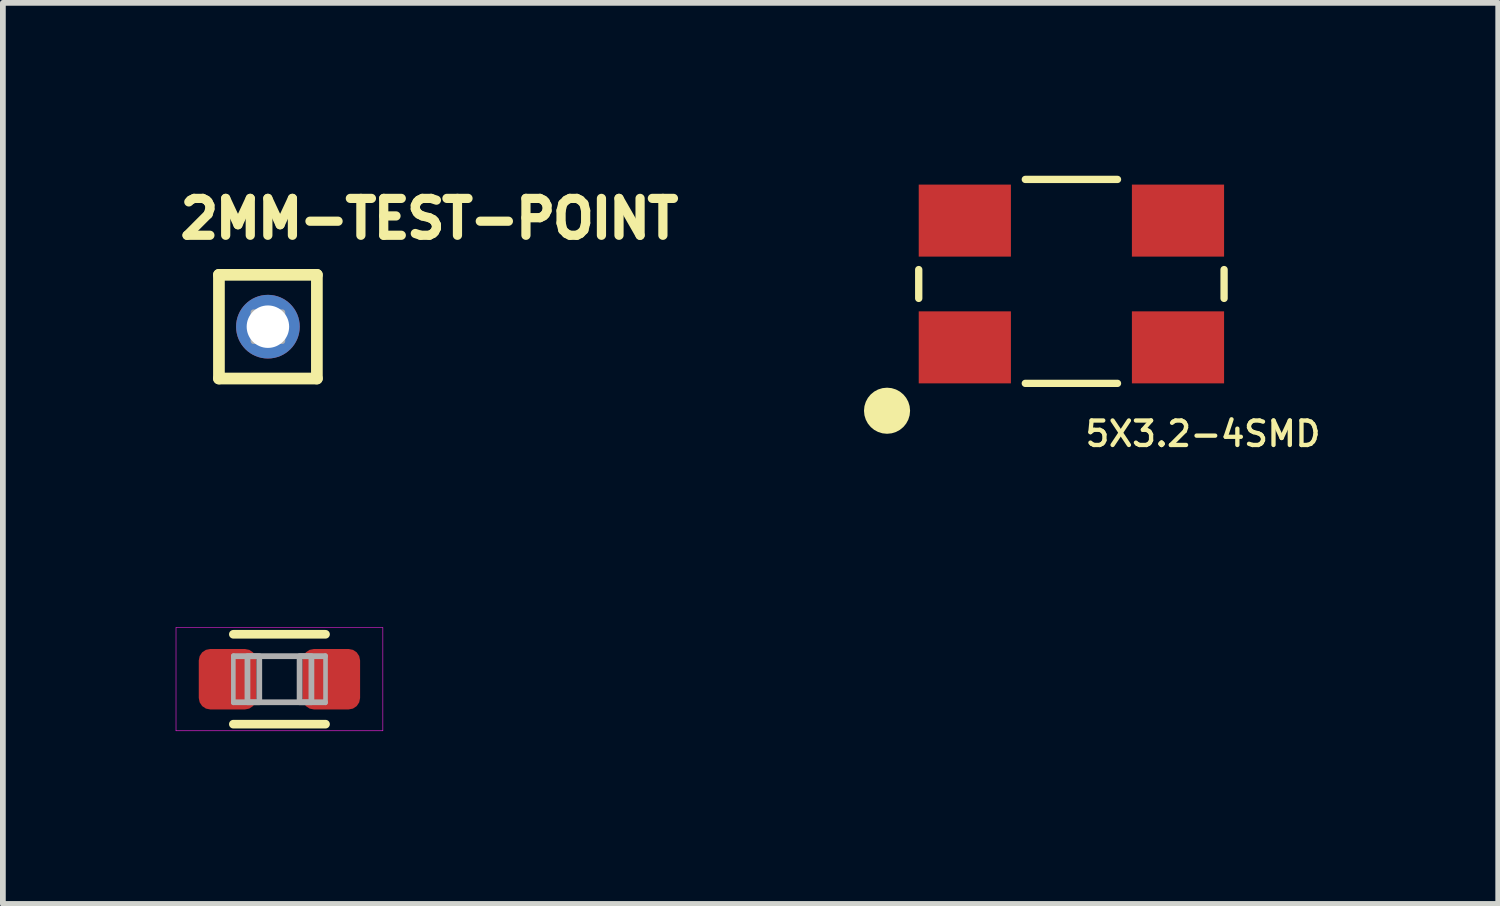
<source format=kicad_pcb>
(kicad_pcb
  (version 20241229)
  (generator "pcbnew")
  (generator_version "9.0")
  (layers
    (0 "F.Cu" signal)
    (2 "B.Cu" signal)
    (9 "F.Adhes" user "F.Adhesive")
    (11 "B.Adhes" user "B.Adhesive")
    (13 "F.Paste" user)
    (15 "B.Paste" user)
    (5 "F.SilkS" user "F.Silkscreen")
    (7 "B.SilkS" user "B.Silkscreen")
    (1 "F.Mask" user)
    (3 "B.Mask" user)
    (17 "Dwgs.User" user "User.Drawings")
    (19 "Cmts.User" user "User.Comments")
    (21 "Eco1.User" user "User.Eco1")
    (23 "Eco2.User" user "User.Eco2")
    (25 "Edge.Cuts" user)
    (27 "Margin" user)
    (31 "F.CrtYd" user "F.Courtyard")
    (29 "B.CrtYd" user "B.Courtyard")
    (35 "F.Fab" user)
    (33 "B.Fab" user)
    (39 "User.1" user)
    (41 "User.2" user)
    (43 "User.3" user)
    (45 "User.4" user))
  (footprint ".0603-A"
    (layer "F.Cu")
    (at 1.8 8.739)
    (property "Reference" ".0603-A" (at 0 0 0) (layer "F.Mask") (effects (font (size 0.255 0.255) (thickness 0.045))))
    (fp_line (start -0.8 0.41) (end -0.8 -0.41) (stroke (width 0.08) (type solid)) (layer "F.Mask"))
    (fp_line (start -0.79 -0.4) (end 0.79 -0.4) (stroke (width 0.1) (type solid)) (layer "F.Mask"))
    (fp_line (start 0.79 0.4) (end -0.79 0.4) (stroke (width 0.1) (type solid)) (layer "F.Mask"))
    (fp_line (start 0.8 -0.41) (end 0.8 0.41) (stroke (width 0.08) (type solid)) (layer "F.Mask"))
    (fp_poly (pts (xy -0.34 0.59) (xy -1.46 0.59) (xy -1.46 -0.59) (xy -0.34 -0.59)) (stroke (width 0.1) (type solid)) (fill no) (layer "F.Mask"))
    (fp_poly (pts (xy 1.46 0.59) (xy 0.34 0.59) (xy 0.34 -0.59) (xy 1.46 -0.59)) (stroke (width 0.1) (type solid)) (fill no) (layer "F.Mask"))
    (fp_line (start -0.8 0.78) (end 0.8 0.78) (stroke (width 0.15) (type solid)) (layer "F.SilkS"))
    (fp_line (start 0.8 -0.78) (end -0.8 -0.78) (stroke (width 0.15) (type solid)) (layer "F.SilkS"))
    (fp_line (start -1.795 -0.895) (end -1.795 0.895) (stroke (width 0.01) (type solid)) (layer "F.CrtYd"))
    (fp_line (start -1.795 0.895) (end 1.795 0.895) (stroke (width 0.01) (type solid)) (layer "F.CrtYd"))
    (fp_line (start 1.795 -0.895) (end -1.795 -0.895) (stroke (width 0.01) (type solid)) (layer "F.CrtYd"))
    (fp_line (start 1.795 0.895) (end 1.795 -0.895) (stroke (width 0.01) (type solid)) (layer "F.CrtYd"))
    (fp_line (start -0.8 0.41) (end -0.8 -0.41) (stroke (width 0.08) (type solid)) (layer "F.Fab"))
    (fp_line (start -0.79 -0.4) (end 0.79 -0.4) (stroke (width 0.1) (type solid)) (layer "F.Fab"))
    (fp_line (start 0.79 0.4) (end -0.79 0.4) (stroke (width 0.1) (type solid)) (layer "F.Fab"))
    (fp_line (start 0.8 -0.41) (end 0.8 0.41) (stroke (width 0.08) (type solid)) (layer "F.Fab"))
    (fp_poly (pts (xy -0.555 0.4) (xy -0.35 0.4) (xy -0.35 -0.4) (xy -0.555 -0.4)) (stroke (width 0.1) (type solid)) (fill no) (layer "F.Fab"))
    (fp_poly (pts (xy 0.35 0.4) (xy 0.555 0.4) (xy 0.555 -0.4) (xy 0.35 -0.4)) (stroke (width 0.1) (type solid)) (fill no) (layer "F.Fab"))
    (pad "1" smd roundrect (at -0.9 0) (size 1 1.05) (layers "F.Cu" "F.Paste") (roundrect_rratio 0.2))
    (pad "2" smd roundrect (at 0.9 0) (size 1 1.05) (layers "F.Cu" "F.Paste") (roundrect_rratio 0.2)))
  (footprint "5X3.2-4SMD"
    (layer "F.Cu")
    (at 15.546 1.879)
    (property "Reference" "5X3.2-4SMD" (at 0.2 2.85 0) (layer "F.SilkS") (effects (font (size 0.425 0.425) (thickness 0.075)) (justify left bottom)))
    (fp_line (start -2.65 0.25) (end -2.65 -0.25) (stroke (width 0.127) (type solid)) (layer "F.SilkS"))
    (fp_line (start -0.8 -1.815) (end 0.8 -1.815) (stroke (width 0.127) (type solid)) (layer "F.SilkS"))
    (fp_line (start -0.8 1.725) (end 0.8 1.725) (stroke (width 0.127) (type solid)) (layer "F.SilkS"))
    (fp_line (start 2.65 0.25) (end 2.65 -0.25) (stroke (width 0.127) (type solid)) (layer "F.SilkS"))
    (fp_circle (center -3.2 2.2) (end -3 2.2) (stroke (width 0.4) (type solid)) (fill no) (layer "F.SilkS"))
    (fp_poly (pts (xy -1.7 -0.45) (xy -1.05 -0.45) (xy -1.05 -1.35) (xy -1.7 -1.35)) (stroke (width 0.1) (type solid)) (fill no) (layer "F.Paste"))
    (fp_poly (pts (xy -1.7 1.35) (xy -1.05 1.35) (xy -1.05 0.45) (xy -1.7 0.45)) (stroke (width 0.1) (type solid)) (fill no) (layer "F.Paste"))
    (fp_poly (pts (xy 1.05 -0.45) (xy 1.7 -0.45) (xy 1.7 -1.35) (xy 1.05 -1.35)) (stroke (width 0.1) (type solid)) (fill no) (layer "F.Paste"))
    (fp_poly (pts (xy 1.05 1.35) (xy 1.7 1.35) (xy 1.7 0.45) (xy 1.05 0.45)) (stroke (width 0.1) (type solid)) (fill no) (layer "F.Paste"))
    (pad "1" smd rect (at -1.85 1.1) (size 1.6 1.25) (layers "F.Cu" "F.Mask"))
    (pad "2" smd rect (at 1.85 1.1) (size 1.6 1.25) (layers "F.Cu" "F.Mask"))
    (pad "3" smd rect (at 1.85 -1.1) (size 1.6 1.25) (layers "F.Cu" "F.Mask"))
    (pad "4" smd rect (at -1.85 -1.1) (size 1.6 1.25) (layers "F.Cu" "F.Mask")))
  (footprint "2MM-TEST-POINT"
    (layer "F.Cu")
    (at 1.6 2.62)
    (property "Reference" "2MM-TEST-POINT" (at -1.6 -1.5 0) (layer "F.SilkS") (effects (font (size 0.64 0.64) (thickness 0.16)) (justify left bottom)))
    (fp_line (start -0.85 -0.9) (end -0.85 0.9) (stroke (width 0.203) (type solid)) (layer "F.SilkS"))
    (fp_line (start -0.85 0.9) (end 0.85 0.9) (stroke (width 0.203) (type solid)) (layer "F.SilkS"))
    (fp_line (start 0.85 -0.9) (end -0.85 -0.9) (stroke (width 0.203) (type solid)) (layer "F.SilkS"))
    (fp_line (start 0.85 0.9) (end 0.85 -0.9) (stroke (width 0.203) (type solid)) (layer "F.SilkS"))
    (fp_poly (pts (xy -0.25 0.25) (xy 0.25 0.25) (xy 0.25 -0.25) (xy -0.25 -0.25)) (stroke (width 0.1) (type solid)) (fill no) (layer "F.Fab"))
    (pad "1" thru_hole circle (at 0 0) (size 1.105 1.105) (drill 0.737) (layers "*.Cu" "*.Mask")))
  (gr_rect
    (start -3 -3)
    (end 22.954 12.639)
    (stroke (width 0.1) (type default))
    (fill no)
    (layer "Edge.Cuts")))
</source>
